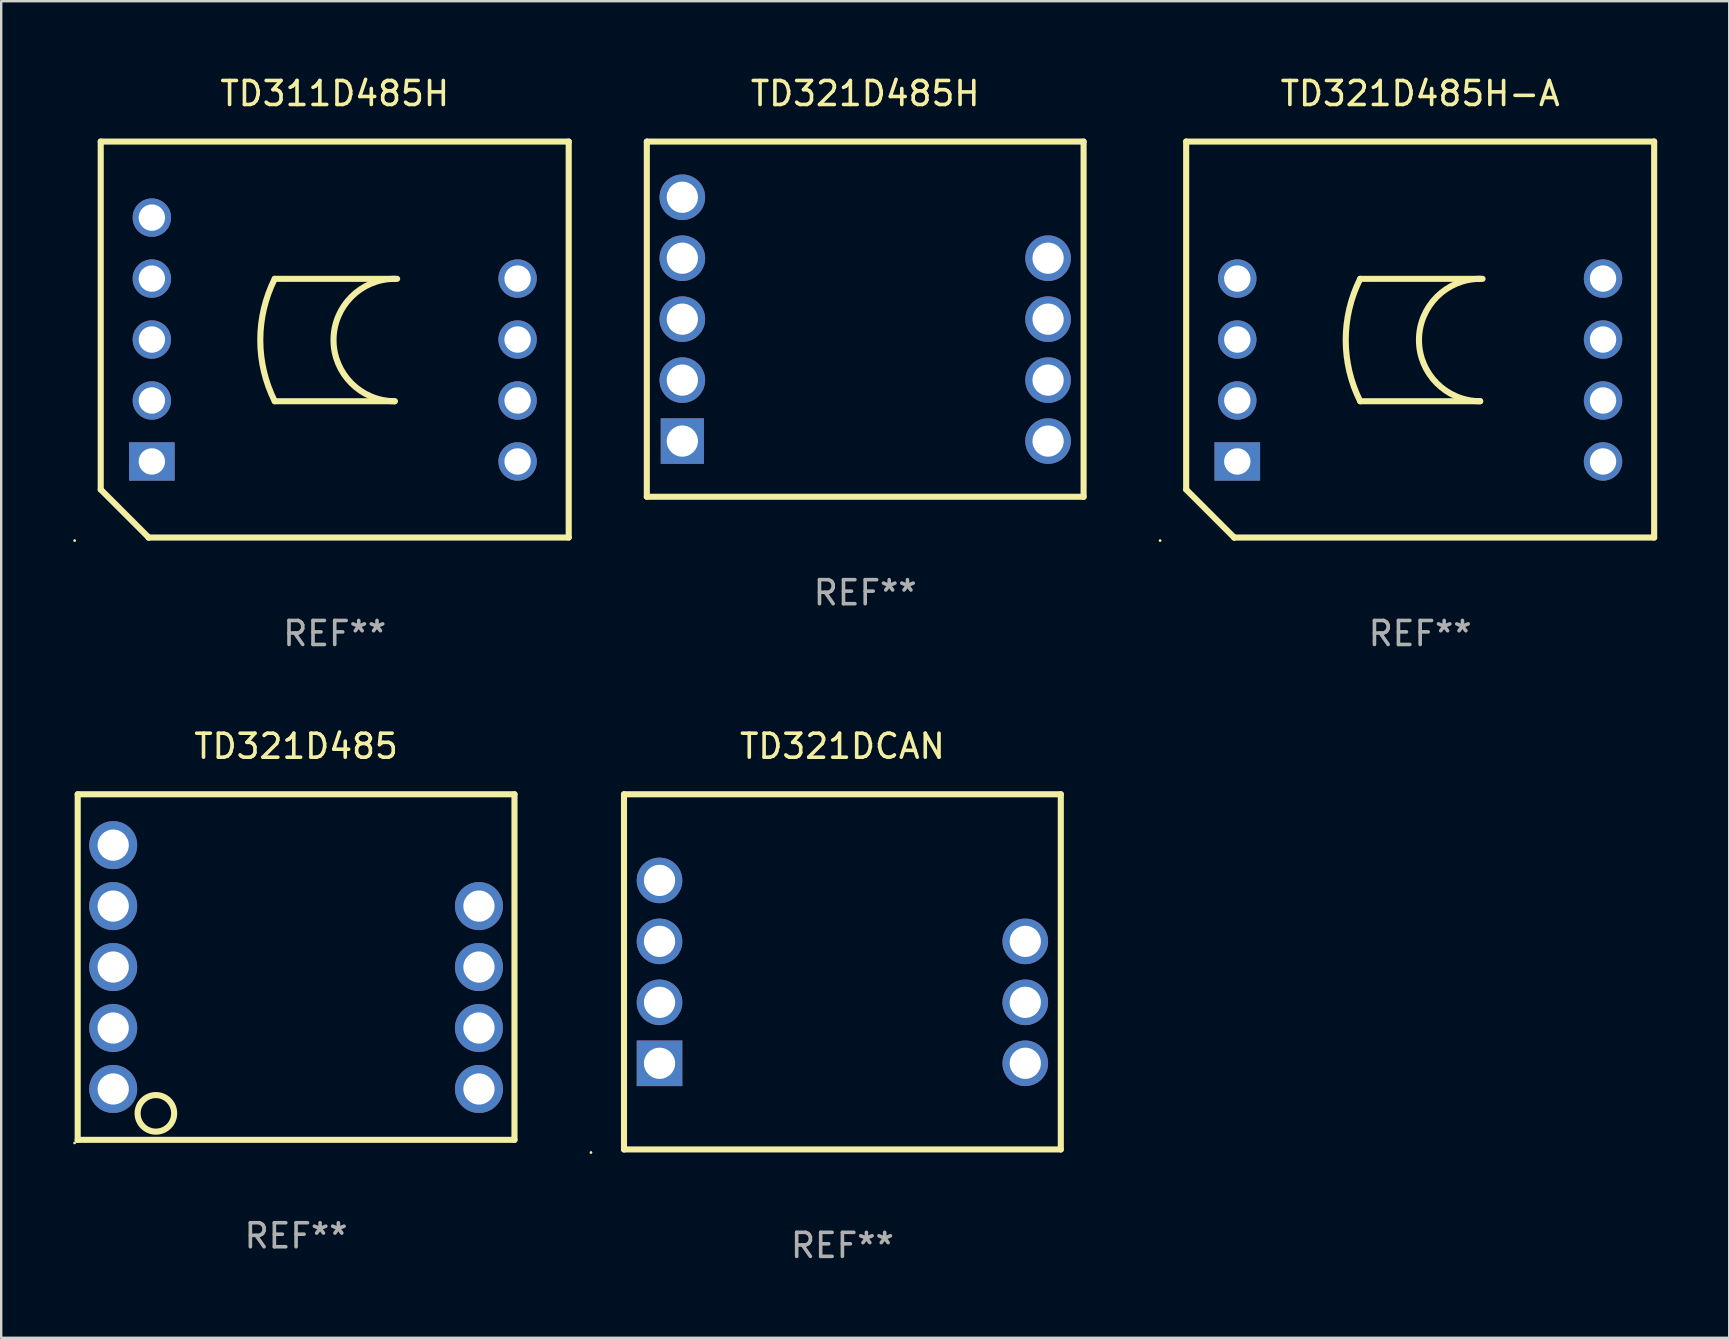
<source format=kicad_pcb>
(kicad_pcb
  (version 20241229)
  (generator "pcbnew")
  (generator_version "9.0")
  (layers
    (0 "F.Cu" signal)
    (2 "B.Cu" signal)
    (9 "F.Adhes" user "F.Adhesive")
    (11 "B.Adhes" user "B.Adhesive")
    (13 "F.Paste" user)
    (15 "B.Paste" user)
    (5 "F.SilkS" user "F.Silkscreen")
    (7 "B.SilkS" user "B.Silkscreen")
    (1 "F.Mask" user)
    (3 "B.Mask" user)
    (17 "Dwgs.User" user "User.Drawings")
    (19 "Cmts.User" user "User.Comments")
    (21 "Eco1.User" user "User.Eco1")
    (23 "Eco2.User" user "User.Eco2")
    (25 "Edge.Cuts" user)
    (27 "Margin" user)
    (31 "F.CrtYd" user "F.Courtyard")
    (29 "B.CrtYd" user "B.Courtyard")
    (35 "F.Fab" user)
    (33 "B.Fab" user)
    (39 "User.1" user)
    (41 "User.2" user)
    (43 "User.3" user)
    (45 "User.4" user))
  (footprint "TD321DCAN"
    (layer "F.Cu")
    (at 32.051 37.445)
    (property "Reference" "TD321DCAN" (at 0 -9.4 0) (layer "F.SilkS") (effects (font (size 1 1) (thickness 0.15))))
    (attr through_hole)
    (fp_line (start -9.1 -7.4) (end -9.1 7.4) (stroke (width 0.254) (type solid)) (layer "F.SilkS"))
    (fp_line (start -9.1 -7.4) (end 9.1 -7.4) (stroke (width 0.254) (type solid)) (layer "F.SilkS"))
    (fp_line (start -9.1 7.4) (end 9.1 7.4) (stroke (width 0.254) (type solid)) (layer "F.SilkS"))
    (fp_line (start 9.1 -7.4) (end 9.1 7.4) (stroke (width 0.254) (type solid)) (layer "F.SilkS"))
    (fp_circle (center -10.477 7.527) (end -10.447 7.527) (stroke (width 0.06) (type solid)) (fill no) (layer "F.SilkS"))
    (fp_text user "REF**" (at 0 11.4 0) (layer "F.Fab") (effects (font (size 1 1) (thickness 0.15))))
    (pad "1" thru_hole rect (at -7.62 3.81) (size 1.9 1.9) (drill 1.3) (layers "*.Cu" "*.Mask"))
    (pad "2" thru_hole circle (at -7.62 1.27) (size 1.9 1.9) (drill 1.3) (layers "*.Cu" "*.Mask"))
    (pad "3" thru_hole circle (at -7.62 -1.27) (size 1.9 1.9) (drill 1.3) (layers "*.Cu" "*.Mask"))
    (pad "4" thru_hole circle (at -7.62 -3.81) (size 1.9 1.9) (drill 1.3) (layers "*.Cu" "*.Mask"))
    (pad "6" thru_hole circle (at 7.62 -1.27) (size 1.9 1.9) (drill 1.3) (layers "*.Cu" "*.Mask"))
    (pad "7" thru_hole circle (at 7.62 1.27) (size 1.9 1.9) (drill 1.3) (layers "*.Cu" "*.Mask"))
    (pad "8" thru_hole circle (at 7.62 3.81) (size 1.9 1.9) (drill 1.3) (layers "*.Cu" "*.Mask")))
  (footprint "TD321D485"
    (layer "F.Cu")
    (at 9.287 37.245)
    (property "Reference" "TD321D485" (at 0 -9.2 0) (layer "F.SilkS") (effects (font (size 1 1) (thickness 0.15))))
    (attr through_hole)
    (fp_line (start -9.1 -7.2) (end -9.1 7.2) (stroke (width 0.254) (type solid)) (layer "F.SilkS"))
    (fp_line (start -9.1 -7.2) (end 9.1 -7.2) (stroke (width 0.254) (type solid)) (layer "F.SilkS"))
    (fp_line (start 9.1 7.2) (end -9.1 7.2) (stroke (width 0.254) (type solid)) (layer "F.SilkS"))
    (fp_line (start 9.1 7.2) (end 9.1 -7.2) (stroke (width 0.254) (type solid)) (layer "F.SilkS"))
    (fp_circle (center -9.227 7.327) (end -9.197 7.327) (stroke (width 0.06) (type solid)) (fill no) (layer "F.SilkS"))
    (fp_circle (center -5.842 6.096) (end -5.08 6.096) (stroke (width 0.254) (type solid)) (fill no) (layer "F.SilkS"))
    (fp_text user "REF**" (at 0 11.2 0) (layer "F.Fab") (effects (font (size 1 1) (thickness 0.15))))
    (pad "1" thru_hole circle (at -7.62 5.08) (size 2 2) (drill 1.3) (layers "*.Cu" "*.Mask"))
    (pad "2" thru_hole circle (at -7.62 2.54) (size 2 2) (drill 1.3) (layers "*.Cu" "*.Mask"))
    (pad "3" thru_hole circle (at -7.62 0) (size 2 2) (drill 1.3) (layers "*.Cu" "*.Mask"))
    (pad "4" thru_hole circle (at -7.62 -2.54) (size 2 2) (drill 1.3) (layers "*.Cu" "*.Mask"))
    (pad "5" thru_hole circle (at -7.62 -5.08) (size 2 2) (drill 1.3) (layers "*.Cu" "*.Mask"))
    (pad "7" thru_hole circle (at 7.62 -2.54) (size 2 2) (drill 1.3) (layers "*.Cu" "*.Mask"))
    (pad "8" thru_hole circle (at 7.62 0) (size 2 2) (drill 1.3) (layers "*.Cu" "*.Mask"))
    (pad "9" thru_hole circle (at 7.62 2.54) (size 2 2) (drill 1.3) (layers "*.Cu" "*.Mask"))
    (pad "10" thru_hole circle (at 7.62 5.08) (size 2 2) (drill 1.3) (layers "*.Cu" "*.Mask")))
  (footprint "TD321D485H-A"
    (layer "F.Cu")
    (at 56.125 11.098)
    (property "Reference" "TD321D485H-A" (at 0 -10.25 0) (layer "F.SilkS") (effects (font (size 1 1) (thickness 0.15))))
    (attr through_hole)
    (fp_line (start -9.75 -8.25) (end -9.75 6.25) (stroke (width 0.254) (type solid)) (layer "F.SilkS"))
    (fp_line (start -9.75 -8.25) (end 9.75 -8.25) (stroke (width 0.254) (type solid)) (layer "F.SilkS"))
    (fp_line (start -7.75 8.25) (end -9.75 6.25) (stroke (width 0.254) (type solid)) (layer "F.SilkS"))
    (fp_line (start -7.75 8.25) (end -7.75 8.25) (stroke (width 0.254) (type solid)) (layer "F.SilkS"))
    (fp_line (start -7.75 8.25) (end 9.75 8.25) (stroke (width 0.254) (type solid)) (layer "F.SilkS"))
    (fp_line (start -2.5 -2.53) (end 2.6 -2.53) (stroke (width 0.254) (type solid)) (layer "F.SilkS"))
    (fp_line (start -2.5 2.57) (end 2.5 2.57) (stroke (width 0.254) (type solid)) (layer "F.SilkS"))
    (fp_line (start 9.75 -8.25) (end 9.75 8.25) (stroke (width 0.254) (type solid)) (layer "F.SilkS"))
    (fp_arc (start -2.499365 2.570486) (mid -3.101612 0.020319) (end -2.5 -2.529997) (stroke (width 0.254001) (type solid)) (layer "F.SilkS"))
    (fp_arc (start 2.5 2.570003) (mid -0.049276 0.019761) (end 2.500636 -2.529845) (stroke (width 0.254001) (type solid)) (layer "F.SilkS"))
    (fp_circle (center -10.837 8.377) (end -10.807 8.377) (stroke (width 0.06) (type solid)) (fill no) (layer "F.SilkS"))
    (fp_text user "REF**" (at 0 12.25 0) (layer "F.Fab") (effects (font (size 1 1) (thickness 0.15))))
    (pad "1" thru_hole rect (at -7.62 5.08) (size 1.9 1.6) (drill 1.1) (layers "*.Cu" "*.Mask"))
    (pad "2" thru_hole circle (at -7.62 2.54) (size 1.6 1.6) (drill 1.1) (layers "*.Cu" "*.Mask"))
    (pad "3" thru_hole circle (at -7.62 0) (size 1.6 1.6) (drill 1.1) (layers "*.Cu" "*.Mask"))
    (pad "4" thru_hole circle (at -7.62 -2.54) (size 1.6 1.6) (drill 1.1) (layers "*.Cu" "*.Mask"))
    (pad "7" thru_hole circle (at 7.62 -2.54) (size 1.6 1.6) (drill 1.1) (layers "*.Cu" "*.Mask"))
    (pad "8" thru_hole circle (at 7.62 0) (size 1.6 1.6) (drill 1.1) (layers "*.Cu" "*.Mask"))
    (pad "9" thru_hole circle (at 7.62 2.54) (size 1.6 1.6) (drill 1.1) (layers "*.Cu" "*.Mask"))
    (pad "10" thru_hole circle (at 7.62 5.08) (size 1.6 1.6) (drill 1.1) (layers "*.Cu" "*.Mask")))
  (footprint "TD321D485H"
    (layer "F.Cu")
    (at 33.001 10.249)
    (property "Reference" "TD321D485H" (at 0 -9.4 0) (layer "F.SilkS") (effects (font (size 1 1) (thickness 0.15))))
    (attr through_hole)
    (fp_line (start -9.1 -7.4) (end -9.1 7.4) (stroke (width 0.254) (type solid)) (layer "F.SilkS"))
    (fp_line (start -9.1 -7.4) (end 9.1 -7.4) (stroke (width 0.254) (type solid)) (layer "F.SilkS"))
    (fp_line (start -9.1 7.4) (end 9.1 7.4) (stroke (width 0.254) (type solid)) (layer "F.SilkS"))
    (fp_line (start 9.1 -7.4) (end 9.1 7.4) (stroke (width 0.254) (type solid)) (layer "F.SilkS"))
    (fp_circle (center -9.1 7.4) (end -9.07 7.4) (stroke (width 0.06) (type solid)) (fill no) (layer "F.SilkS"))
    (fp_text user "REF**" (at 0 11.4 0) (layer "F.Fab") (effects (font (size 1 1) (thickness 0.15))))
    (pad "1" thru_hole rect (at -7.62 5.08) (size 1.8 1.9) (drill 1.3) (layers "*.Cu" "*.Mask"))
    (pad "2" thru_hole circle (at -7.62 2.54) (size 1.9 1.9) (drill 1.3) (layers "*.Cu" "*.Mask"))
    (pad "3" thru_hole circle (at -7.62 -0.000292) (size 1.9 1.9) (drill 1.3) (layers "*.Cu" "*.Mask"))
    (pad "4" thru_hole circle (at -7.62 -2.54) (size 1.9 1.9) (drill 1.3) (layers "*.Cu" "*.Mask"))
    (pad "5" thru_hole circle (at -7.62 -5.08) (size 1.9 1.9) (drill 1.3) (layers "*.Cu" "*.Mask"))
    (pad "7" thru_hole circle (at 7.62 -2.54) (size 1.9 1.9) (drill 1.3) (layers "*.Cu" "*.Mask"))
    (pad "8" thru_hole circle (at 7.62 -0.000292) (size 1.9 1.9) (drill 1.3) (layers "*.Cu" "*.Mask"))
    (pad "9" thru_hole circle (at 7.62 2.54) (size 1.9 1.9) (drill 1.3) (layers "*.Cu" "*.Mask"))
    (pad "10" thru_hole circle (at 7.62 5.08) (size 1.9 1.9) (drill 1.3) (layers "*.Cu" "*.Mask")))
  (footprint "TD311D485H"
    (layer "F.Cu")
    (at 10.897 11.098)
    (property "Reference" "TD311D485H" (at 0 -10.25 0) (layer "F.SilkS") (effects (font (size 1 1) (thickness 0.15))))
    (attr through_hole)
    (fp_line (start -9.75 -8.25) (end -9.75 6.25) (stroke (width 0.254) (type solid)) (layer "F.SilkS"))
    (fp_line (start -9.75 -8.25) (end 9.75 -8.25) (stroke (width 0.254) (type solid)) (layer "F.SilkS"))
    (fp_line (start -7.75 8.25) (end -9.75 6.25) (stroke (width 0.254) (type solid)) (layer "F.SilkS"))
    (fp_line (start -7.75 8.25) (end -7.75 8.25) (stroke (width 0.254) (type solid)) (layer "F.SilkS"))
    (fp_line (start -7.75 8.25) (end 9.75 8.25) (stroke (width 0.254) (type solid)) (layer "F.SilkS"))
    (fp_line (start -2.5 -2.53) (end 2.6 -2.53) (stroke (width 0.254) (type solid)) (layer "F.SilkS"))
    (fp_line (start -2.5 2.57) (end 2.5 2.57) (stroke (width 0.254) (type solid)) (layer "F.SilkS"))
    (fp_line (start 9.75 -8.25) (end 9.75 8.25) (stroke (width 0.254) (type solid)) (layer "F.SilkS"))
    (fp_arc (start -2.499365 2.570486) (mid -3.101612 0.020319) (end -2.5 -2.529997) (stroke (width 0.254001) (type solid)) (layer "F.SilkS"))
    (fp_arc (start 2.5 2.570003) (mid -0.049276 0.019761) (end 2.500636 -2.529845) (stroke (width 0.254001) (type solid)) (layer "F.SilkS"))
    (fp_circle (center -10.837 8.377) (end -10.807 8.377) (stroke (width 0.06) (type solid)) (fill no) (layer "F.SilkS"))
    (fp_text user "REF**" (at 0 12.25 0) (layer "F.Fab") (effects (font (size 1 1) (thickness 0.15))))
    (pad "1" thru_hole rect (at -7.62 5.08) (size 1.9 1.6) (drill 1.1) (layers "*.Cu" "*.Mask"))
    (pad "2" thru_hole circle (at -7.62 2.54) (size 1.6 1.6) (drill 1.1) (layers "*.Cu" "*.Mask"))
    (pad "3" thru_hole circle (at -7.62 0) (size 1.6 1.6) (drill 1.1) (layers "*.Cu" "*.Mask"))
    (pad "4" thru_hole circle (at -7.62 -2.54) (size 1.6 1.6) (drill 1.1) (layers "*.Cu" "*.Mask"))
    (pad "5" thru_hole circle (at -7.62 -5.08) (size 1.6 1.6) (drill 1.1) (layers "*.Cu" "*.Mask"))
    (pad "7" thru_hole circle (at 7.62 -2.54) (size 1.6 1.6) (drill 1.1) (layers "*.Cu" "*.Mask"))
    (pad "8" thru_hole circle (at 7.62 0) (size 1.6 1.6) (drill 1.1) (layers "*.Cu" "*.Mask"))
    (pad "9" thru_hole circle (at 7.62 2.54) (size 1.6 1.6) (drill 1.1) (layers "*.Cu" "*.Mask"))
    (pad "10" thru_hole circle (at 7.62 5.08) (size 1.6 1.6) (drill 1.1) (layers "*.Cu" "*.Mask")))
  (gr_rect
    (start -3 -3)
    (end 69.002 52.693)
    (stroke (width 0.1) (type default))
    (fill no)
    (layer "Edge.Cuts")))
</source>
